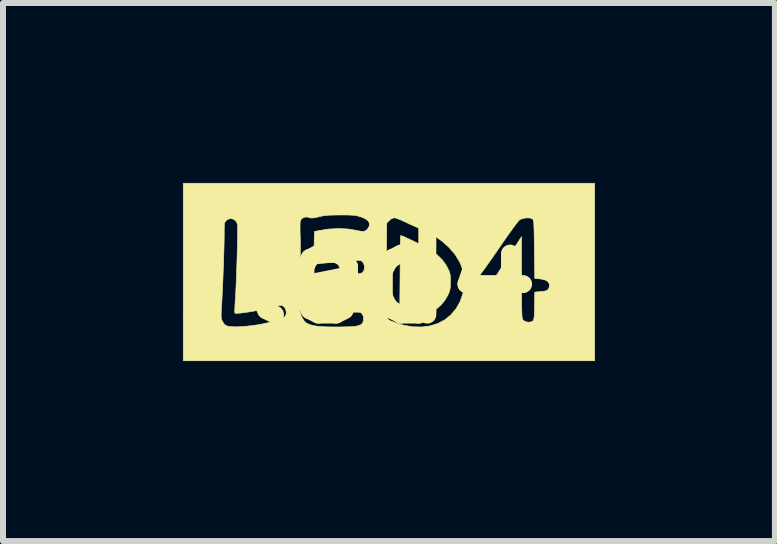
<source format=kicad_pcb>
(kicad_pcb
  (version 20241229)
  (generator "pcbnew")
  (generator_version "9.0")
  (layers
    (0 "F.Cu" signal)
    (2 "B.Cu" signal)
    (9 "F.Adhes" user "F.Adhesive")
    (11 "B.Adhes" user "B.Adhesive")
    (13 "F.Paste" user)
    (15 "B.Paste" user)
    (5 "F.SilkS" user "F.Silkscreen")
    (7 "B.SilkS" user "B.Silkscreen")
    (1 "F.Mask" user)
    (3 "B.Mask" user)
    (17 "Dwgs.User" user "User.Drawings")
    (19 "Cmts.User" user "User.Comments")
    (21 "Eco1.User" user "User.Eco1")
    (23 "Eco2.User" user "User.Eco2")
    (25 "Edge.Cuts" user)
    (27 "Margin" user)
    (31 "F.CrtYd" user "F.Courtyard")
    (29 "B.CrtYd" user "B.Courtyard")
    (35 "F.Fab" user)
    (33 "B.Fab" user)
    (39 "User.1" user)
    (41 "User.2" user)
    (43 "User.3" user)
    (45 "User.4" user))
  (footprint "led4"
    (layer "F.Cu")
    (at 3.421 1.505)
    (property "Reference" "led4" (at 0 0 0) (layer "F.SilkS") (effects (font (size 1.524 1.524) (thickness 0.3))))
    (attr through_hole)
    (fp_poly (pts (xy 2.224 -0.258) (xy 2.224 0.094) (xy 2.174 0.091) (xy 2.141 0.089) (xy 2.088 0.088) (xy 2.023 0.086) (xy 1.953 0.084) (xy 1.953 0.084) (xy 1.888 0.082) (xy 1.835 0.079) (xy 1.798 0.077) (xy 1.782 0.074) (xy 1.782 0.074) (xy 1.789 0.062) (xy 1.809 0.03) (xy 1.839 -0.017) (xy 1.878 -0.078) (xy 1.924 -0.149) (xy 1.96 -0.204) (xy 2.012 -0.284) (xy 2.062 -0.36) (xy 2.107 -0.429) (xy 2.145 -0.487) (xy 2.171 -0.528) (xy 2.181 -0.543) (xy 2.224 -0.61) (xy 2.224 -0.258)) (stroke (width 0.01) (type solid)) (fill yes) (layer "F.SilkS"))
    (fp_poly (pts (xy 0.222 -0.625) (xy 0.256 -0.612) (xy 0.305 -0.59) (xy 0.365 -0.562) (xy 0.432 -0.53) (xy 0.502 -0.495) (xy 0.571 -0.46) (xy 0.633 -0.426) (xy 0.686 -0.396) (xy 0.725 -0.372) (xy 0.726 -0.372) (xy 0.822 -0.301) (xy 0.897 -0.229) (xy 0.957 -0.149) (xy 0.995 -0.081) (xy 1.015 -0.038) (xy 1.028 -0.003) (xy 1.035 0.034) (xy 1.038 0.081) (xy 1.038 0.14) (xy 1.038 0.205) (xy 1.034 0.251) (xy 1.027 0.289) (xy 1.013 0.327) (xy 0.996 0.365) (xy 0.946 0.451) (xy 0.884 0.526) (xy 0.817 0.585) (xy 0.764 0.615) (xy 0.675 0.643) (xy 0.572 0.661) (xy 0.464 0.667) (xy 0.363 0.66) (xy 0.337 0.655) (xy 0.289 0.642) (xy 0.244 0.624) (xy 0.236 0.619) (xy 0.194 0.595) (xy 0.199 -0.014) (xy 0.2 -0.139) (xy 0.201 -0.256) (xy 0.203 -0.361) (xy 0.204 -0.453) (xy 0.205 -0.528) (xy 0.206 -0.584) (xy 0.207 -0.618) (xy 0.208 -0.627) (xy 0.222 -0.625)) (stroke (width 0.01) (type solid)) (fill yes) (layer "F.SilkS"))
    (fp_poly (pts (xy 3.443 1.46) (xy -3.416 1.46) (xy -3.416 0.7) (xy -2.784 0.7) (xy -2.783 0.735) (xy -2.779 0.76) (xy -2.773 0.78) (xy -2.765 0.799) (xy -2.742 0.837) (xy -2.715 0.864) (xy -2.679 0.882) (xy -2.628 0.891) (xy -2.56 0.894) (xy -2.472 0.892) (xy -2.383 0.886) (xy -2.283 0.875) (xy -2.186 0.862) (xy -2.127 0.852) (xy -2.021 0.83) (xy -1.925 0.806) (xy -1.843 0.781) (xy -1.778 0.756) (xy -1.734 0.734) (xy -1.72 0.722) (xy -1.7 0.684) (xy -1.699 0.638) (xy -1.712 0.594) (xy -1.738 0.558) (xy -1.773 0.538) (xy -1.789 0.536) (xy -1.813 0.539) (xy -1.856 0.548) (xy -1.915 0.561) (xy -1.982 0.578) (xy -2.004 0.583) (xy -2.075 0.6) (xy -2.153 0.616) (xy -2.235 0.631) (xy -2.317 0.645) (xy -2.393 0.656) (xy -2.459 0.664) (xy -2.512 0.668) (xy -2.545 0.668) (xy -2.555 0.665) (xy -2.557 0.649) (xy -2.557 0.611) (xy -2.555 0.556) (xy -2.551 0.488) (xy -2.548 0.438) (xy -2.543 0.371) (xy -2.539 0.291) (xy -1.495 0.291) (xy -1.494 0.388) (xy -1.492 0.472) (xy -1.488 0.537) (xy -1.487 0.548) (xy -1.469 0.644) (xy -1.441 0.726) (xy -1.405 0.79) (xy -1.363 0.831) (xy -1.357 0.834) (xy -1.313 0.855) (xy -1.257 0.871) (xy -1.188 0.883) (xy -1.101 0.891) (xy -0.994 0.895) (xy -0.884 0.896) (xy -0.797 0.896) (xy -0.713 0.894) (xy -0.639 0.892) (xy -0.581 0.888) (xy -0.544 0.885) (xy -0.497 0.874) (xy -0.459 0.86) (xy -0.442 0.85) (xy -0.418 0.814) (xy -0.41 0.767) (xy -0.415 0.718) (xy -0.433 0.677) (xy -0.457 0.656) (xy -0.48 0.651) (xy -0.531 0.649) (xy -0.607 0.65) (xy -0.71 0.654) (xy -0.787 0.657) (xy -0.879 0.661) (xy -0.965 0.663) (xy -1.042 0.665) (xy -1.104 0.665) (xy -1.146 0.664) (xy -1.156 0.663) (xy -1.191 0.656) (xy -1.218 0.646) (xy -1.238 0.629) (xy -1.251 0.602) (xy -1.259 0.56) (xy -1.264 0.502) (xy -1.264 0.478) (xy -0.035 0.478) (xy -0.034 0.56) (xy -0.032 0.625) (xy -0.029 0.676) (xy -0.023 0.714) (xy -0.015 0.743) (xy -0.005 0.763) (xy 0.008 0.777) (xy 0.024 0.787) (xy 0.044 0.796) (xy 0.067 0.804) (xy 0.089 0.813) (xy 0.247 0.865) (xy 0.408 0.893) (xy 0.568 0.896) (xy 0.703 0.877) (xy 0.832 0.837) (xy 0.948 0.775) (xy 1.048 0.693) (xy 1.132 0.593) (xy 1.198 0.477) (xy 1.244 0.348) (xy 1.268 0.207) (xy 1.269 0.19) (xy 1.435 0.19) (xy 1.438 0.228) (xy 1.46 0.258) (xy 1.469 0.264) (xy 1.483 0.271) (xy 1.504 0.277) (xy 1.535 0.282) (xy 1.578 0.286) (xy 1.638 0.29) (xy 1.716 0.294) (xy 1.817 0.298) (xy 1.863 0.3) (xy 2.222 0.313) (xy 2.226 0.539) (xy 2.228 0.622) (xy 2.23 0.683) (xy 2.233 0.725) (xy 2.237 0.753) (xy 2.243 0.77) (xy 2.252 0.782) (xy 2.262 0.792) (xy 2.302 0.811) (xy 2.349 0.817) (xy 2.392 0.809) (xy 2.416 0.793) (xy 2.424 0.78) (xy 2.43 0.758) (xy 2.435 0.724) (xy 2.438 0.673) (xy 2.44 0.603) (xy 2.441 0.542) (xy 2.445 0.315) (xy 2.541 0.307) (xy 2.604 0.3) (xy 2.645 0.288) (xy 2.67 0.268) (xy 2.684 0.237) (xy 2.686 0.228) (xy 2.687 0.178) (xy 2.663 0.139) (xy 2.616 0.112) (xy 2.545 0.096) (xy 2.525 0.094) (xy 2.445 0.087) (xy 2.438 -0.4) (xy 2.436 -0.527) (xy 2.435 -0.63) (xy 2.433 -0.711) (xy 2.431 -0.774) (xy 2.429 -0.821) (xy 2.426 -0.854) (xy 2.422 -0.877) (xy 2.417 -0.891) (xy 2.412 -0.9) (xy 2.405 -0.906) (xy 2.369 -0.92) (xy 2.319 -0.923) (xy 2.264 -0.917) (xy 2.214 -0.902) (xy 2.189 -0.888) (xy 2.173 -0.871) (xy 2.143 -0.834) (xy 2.103 -0.78) (xy 2.054 -0.713) (xy 1.997 -0.634) (xy 1.936 -0.546) (xy 1.877 -0.46) (xy 1.811 -0.365) (xy 1.748 -0.274) (xy 1.69 -0.191) (xy 1.638 -0.117) (xy 1.595 -0.058) (xy 1.563 -0.015) (xy 1.547 0.007) (xy 1.489 0.081) (xy 1.451 0.142) (xy 1.435 0.19) (xy 1.269 0.19) (xy 1.269 0.181) (xy 1.269 0.07) (xy 1.252 -0.032) (xy 1.217 -0.133) (xy 1.187 -0.197) (xy 1.115 -0.314) (xy 1.02 -0.425) (xy 0.906 -0.529) (xy 0.777 -0.621) (xy 0.637 -0.698) (xy 0.549 -0.736) (xy 0.496 -0.758) (xy 0.428 -0.788) (xy 0.354 -0.821) (xy 0.295 -0.85) (xy 0.233 -0.878) (xy 0.176 -0.902) (xy 0.131 -0.918) (xy 0.103 -0.924) (xy 0.102 -0.924) (xy 0.059 -0.911) (xy 0.021 -0.881) (xy -0.023 -0.837) (xy -0.03 -0.054) (xy -0.032 0.114) (xy -0.034 0.258) (xy -0.035 0.378) (xy -0.035 0.478) (xy -1.264 0.478) (xy -1.266 0.422) (xy -1.266 0.34) (xy -1.266 0.262) (xy -1.265 0.193) (xy -1.263 0.139) (xy -1.261 0.103) (xy -1.259 0.089) (xy -1.245 0.087) (xy -1.207 0.082) (xy -1.149 0.076) (xy -1.075 0.068) (xy -0.987 0.06) (xy -0.889 0.051) (xy -0.858 0.048) (xy -0.728 0.036) (xy -0.623 0.025) (xy -0.542 0.016) (xy -0.484 0.007) (xy -0.447 -0.001) (xy -0.433 -0.007) (xy -0.407 -0.038) (xy -0.395 -0.082) (xy -0.397 -0.129) (xy -0.413 -0.172) (xy -0.44 -0.202) (xy -0.449 -0.206) (xy -0.47 -0.211) (xy -0.502 -0.213) (xy -0.548 -0.213) (xy -0.61 -0.21) (xy -0.692 -0.204) (xy -0.795 -0.194) (xy -0.922 -0.182) (xy -0.924 -0.182) (xy -1.013 -0.173) (xy -1.092 -0.166) (xy -1.158 -0.16) (xy -1.207 -0.155) (xy -1.235 -0.153) (xy -1.241 -0.152) (xy -1.241 -0.166) (xy -1.24 -0.202) (xy -1.239 -0.256) (xy -1.238 -0.326) (xy -1.236 -0.406) (xy -1.235 -0.425) (xy -1.229 -0.695) (xy -1.163 -0.709) (xy -0.996 -0.736) (xy -0.828 -0.745) (xy -0.666 -0.737) (xy -0.538 -0.716) (xy -0.471 -0.702) (xy -0.423 -0.697) (xy -0.389 -0.702) (xy -0.362 -0.718) (xy -0.343 -0.738) (xy -0.314 -0.787) (xy -0.311 -0.832) (xy -0.334 -0.873) (xy -0.382 -0.909) (xy -0.456 -0.94) (xy -0.46 -0.941) (xy -0.498 -0.952) (xy -0.534 -0.96) (xy -0.575 -0.966) (xy -0.624 -0.969) (xy -0.688 -0.971) (xy -0.771 -0.971) (xy -0.797 -0.971) (xy -0.891 -0.97) (xy -0.963 -0.968) (xy -1.022 -0.965) (xy -1.071 -0.959) (xy -1.118 -0.95) (xy -1.156 -0.941) (xy -1.222 -0.926) (xy -1.267 -0.92) (xy -1.294 -0.922) (xy -1.3 -0.924) (xy -1.348 -0.938) (xy -1.397 -0.934) (xy -1.438 -0.912) (xy -1.445 -0.903) (xy -1.454 -0.89) (xy -1.461 -0.876) (xy -1.466 -0.856) (xy -1.468 -0.826) (xy -1.469 -0.783) (xy -1.469 -0.723) (xy -1.467 -0.642) (xy -1.465 -0.585) (xy -1.464 -0.483) (xy -1.464 -0.385) (xy -1.465 -0.298) (xy -1.469 -0.228) (xy -1.472 -0.188) (xy -1.479 -0.113) (xy -1.486 -0.022) (xy -1.49 0.08) (xy -1.493 0.186) (xy -1.495 0.291) (xy -2.539 0.291) (xy -2.539 0.288) (xy -2.534 0.191) (xy -2.53 0.083) (xy -2.526 -0.031) (xy -2.522 -0.148) (xy -2.518 -0.265) (xy -2.515 -0.38) (xy -2.513 -0.488) (xy -2.511 -0.586) (xy -2.51 -0.671) (xy -2.509 -0.74) (xy -2.51 -0.789) (xy -2.512 -0.815) (xy -2.512 -0.817) (xy -2.535 -0.866) (xy -2.573 -0.898) (xy -2.618 -0.911) (xy -2.665 -0.902) (xy -2.7 -0.878) (xy -2.713 -0.864) (xy -2.722 -0.848) (xy -2.728 -0.827) (xy -2.731 -0.794) (xy -2.733 -0.745) (xy -2.733 -0.675) (xy -2.733 -0.66) (xy -2.734 -0.567) (xy -2.736 -0.452) (xy -2.74 -0.322) (xy -2.744 -0.18) (xy -2.75 -0.033) (xy -2.755 0.114) (xy -2.762 0.255) (xy -2.768 0.386) (xy -2.774 0.498) (xy -2.78 0.586) (xy -2.783 0.652) (xy -2.784 0.7) (xy -3.416 0.7) (xy -3.416 -1.5) (xy 3.443 -1.5) (xy 3.443 1.46)) (stroke (width 0.01) (type solid)) (fill yes) (layer "F.SilkS")))
  (gr_rect
    (start -3 -3)
    (end 9.869 5.971)
    (stroke (width 0.1) (type default))
    (fill no)
    (layer "Edge.Cuts")))
</source>
